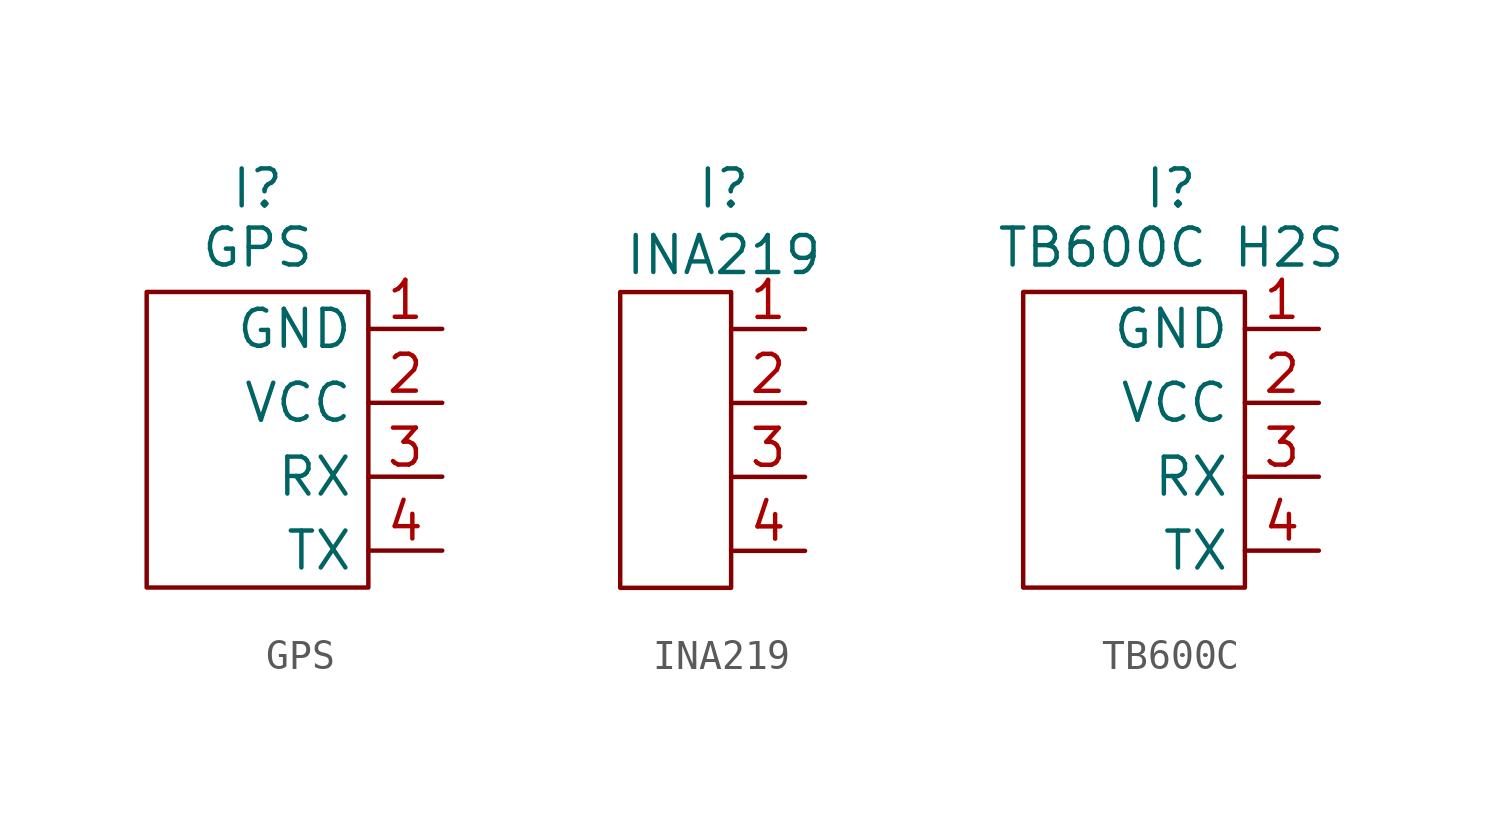
<source format=kicad_sym>
(kicad_symbol_lib
  (version 20241209)
  (generator "kicad_symbol_editor")
  (generator_version "9.0")
  (symbol "GPS"
    (property "Reference" "I"
      (at 0 8.636 0)
      (effects (font (size 1.27 1.27))))
    (property "Value" "GPS"
      (at 0 6.604 0)
      (effects (font (size 1.27 1.27))))
    (symbol "GPS_0_1"
      (rectangle (start -3.81 5.08) (end 3.81 -5.08) (stroke (width 0) (type default)) (fill (type none))))
    (symbol "GPS_1_1"
      (pin passive line (at 6.35 3.81 180) (length 2.54) (name "GND" (effects (font (size 1.27 1.27)))) (number "1" (effects (font (size 1.27 1.27)))))
      (pin power_in line (at 6.35 1.27 180) (length 2.54) (name "VCC" (effects (font (size 1.27 1.27)))) (number "2" (effects (font (size 1.27 1.27)))))
      (pin bidirectional line (at 6.35 -1.27 180) (length 2.54) (name "RX" (effects (font (size 1.27 1.27)))) (number "3" (effects (font (size 1.27 1.27)))))
      (pin bidirectional line (at 6.35 -3.81 180) (length 2.54) (name "TX" (effects (font (size 1.27 1.27)))) (number "4" (effects (font (size 1.27 1.27)))))))
  (symbol "INA219"
    (property "Reference" "I"
      (at 1.016 2.286 0)
      (effects (font (size 1.27 1.27))))
    (property "Value" "INA219"
      (at 1.016 0 0)
      (effects (font (size 1.27 1.27))))
    (symbol "INA219_0_1"
      (rectangle (start -2.54 -1.27) (end 1.27 -11.43) (stroke (width 0) (type default)) (fill (type none))))
    (symbol "INA219_1_1"
      (pin passive line (at 3.81 -2.54 180) (length 2.54) (name "" (effects (font (size 1.27 1.27)))) (number "1" (effects (font (size 1.27 1.27)))))
      (pin power_in line (at 3.81 -5.08 180) (length 2.54) (name "" (effects (font (size 1.27 1.27)))) (number "2" (effects (font (size 1.27 1.27)))))
      (pin bidirectional line (at 3.81 -7.62 180) (length 2.54) (name "" (effects (font (size 1.27 1.27)))) (number "3" (effects (font (size 1.27 1.27)))))
      (pin bidirectional line (at 3.81 -10.16 180) (length 2.54) (name "" (effects (font (size 1.27 1.27)))) (number "4" (effects (font (size 1.27 1.27)))))))
  (symbol "TB600C"
    (property "Reference" "I"
      (at 0 8.636 0)
      (effects (font (size 1.27 1.27))))
    (property "Value" "TB600C H2S"
      (at 0 6.604 0)
      (effects (font (size 1.27 1.27))))
    (symbol "TB600C_0_1"
      (rectangle (start -5.08 5.08) (end 2.54 -5.08) (stroke (width 0) (type default)) (fill (type none))))
    (symbol "TB600C_1_1"
      (pin passive line (at 5.08 3.81 180) (length 2.54) (name "GND" (effects (font (size 1.27 1.27)))) (number "1" (effects (font (size 1.27 1.27)))))
      (pin power_in line (at 5.08 1.27 180) (length 2.54) (name "VCC" (effects (font (size 1.27 1.27)))) (number "2" (effects (font (size 1.27 1.27)))))
      (pin bidirectional line (at 5.08 -1.27 180) (length 2.54) (name "RX" (effects (font (size 1.27 1.27)))) (number "3" (effects (font (size 1.27 1.27)))))
      (pin bidirectional line (at 5.08 -3.81 180) (length 2.54) (name "TX" (effects (font (size 1.27 1.27)))) (number "4" (effects (font (size 1.27 1.27))))))))
</source>
